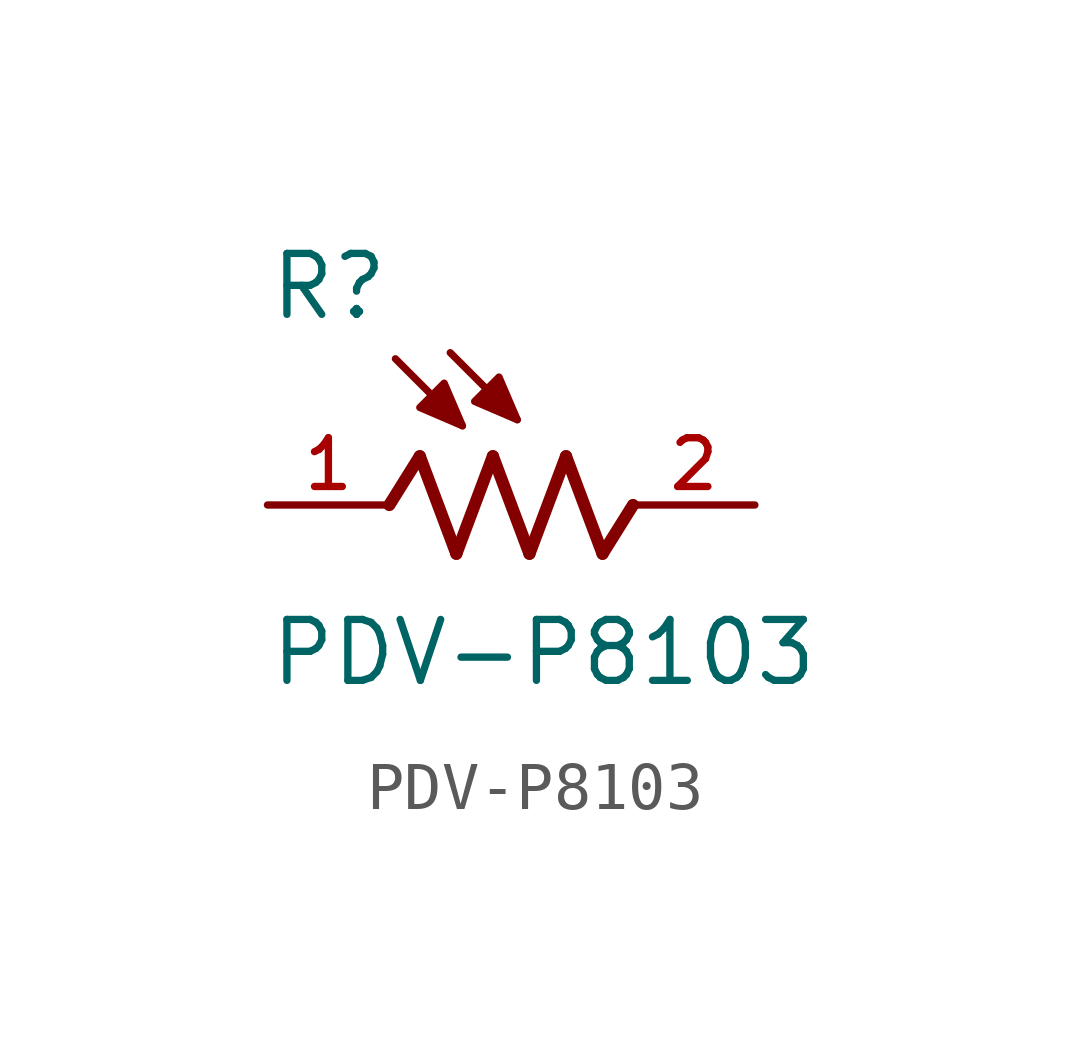
<source format=kicad_sym>
(kicad_symbol_lib
  (version 20211014)
  (generator kicad_symbol_editor)
  (symbol "PDV-P8103"
    (pin_names
      (offset 1.016))
    (property "Reference" "R"
      (at -5.077 3.811 0)
      (effects (font (size 1.27 1.27)) (justify bottom left)))
    (property "Value" "PDV-P8103"
      (at -5.077 -3.819 0)
      (effects (font (size 1.27 1.27)) (justify bottom left)))
    (symbol "PDV-P8103_0_0"
      (polyline (pts (xy -2.413 3.048) (xy -1.016 1.651)) (stroke (width 0.152)))
      (polyline (pts (xy -1.27 3.175) (xy 0.127 1.778)) (stroke (width 0.152)))
      (polyline (pts (xy 2.54 0.0) (xy 1.905 -1.016)) (stroke (width 0.254)))
      (polyline (pts (xy 1.143 1.016) (xy 0.381 -1.016)) (stroke (width 0.254)))
      (polyline (pts (xy 0.381 -1.016) (xy -0.381 1.016)) (stroke (width 0.254)))
      (polyline (pts (xy -0.381 1.016) (xy -1.143 -1.016)) (stroke (width 0.254)))
      (polyline (pts (xy -1.143 -1.016) (xy -1.905 1.016)) (stroke (width 0.254)))
      (polyline (pts (xy -2.54 0.0) (xy -1.905 1.016)) (stroke (width 0.254)))
      (polyline (pts (xy 1.905 -1.016) (xy 1.143 1.016)) (stroke (width 0.254)))
      (polyline (pts (xy 0.127 1.778) (xy -0.254 2.667) (xy -0.762 2.159) (xy 0.127 1.778)) (stroke (width 0.152)) (fill (type outline)))
      (polyline (pts (xy -1.016 1.651) (xy -1.397 2.54) (xy -1.905 2.032) (xy -1.016 1.651)) (stroke (width 0.152)) (fill (type outline)))
      (pin passive line (at -5.08 0.0 0) (length 2.54) (name "~" (effects (font (size 1.016 1.016)))) (number "1" (effects (font (size 1.016 1.016)))))
      (pin passive line (at 5.08 0.0 180.0) (length 2.54) (name "~" (effects (font (size 1.016 1.016)))) (number "2" (effects (font (size 1.016 1.016))))))))
</source>
